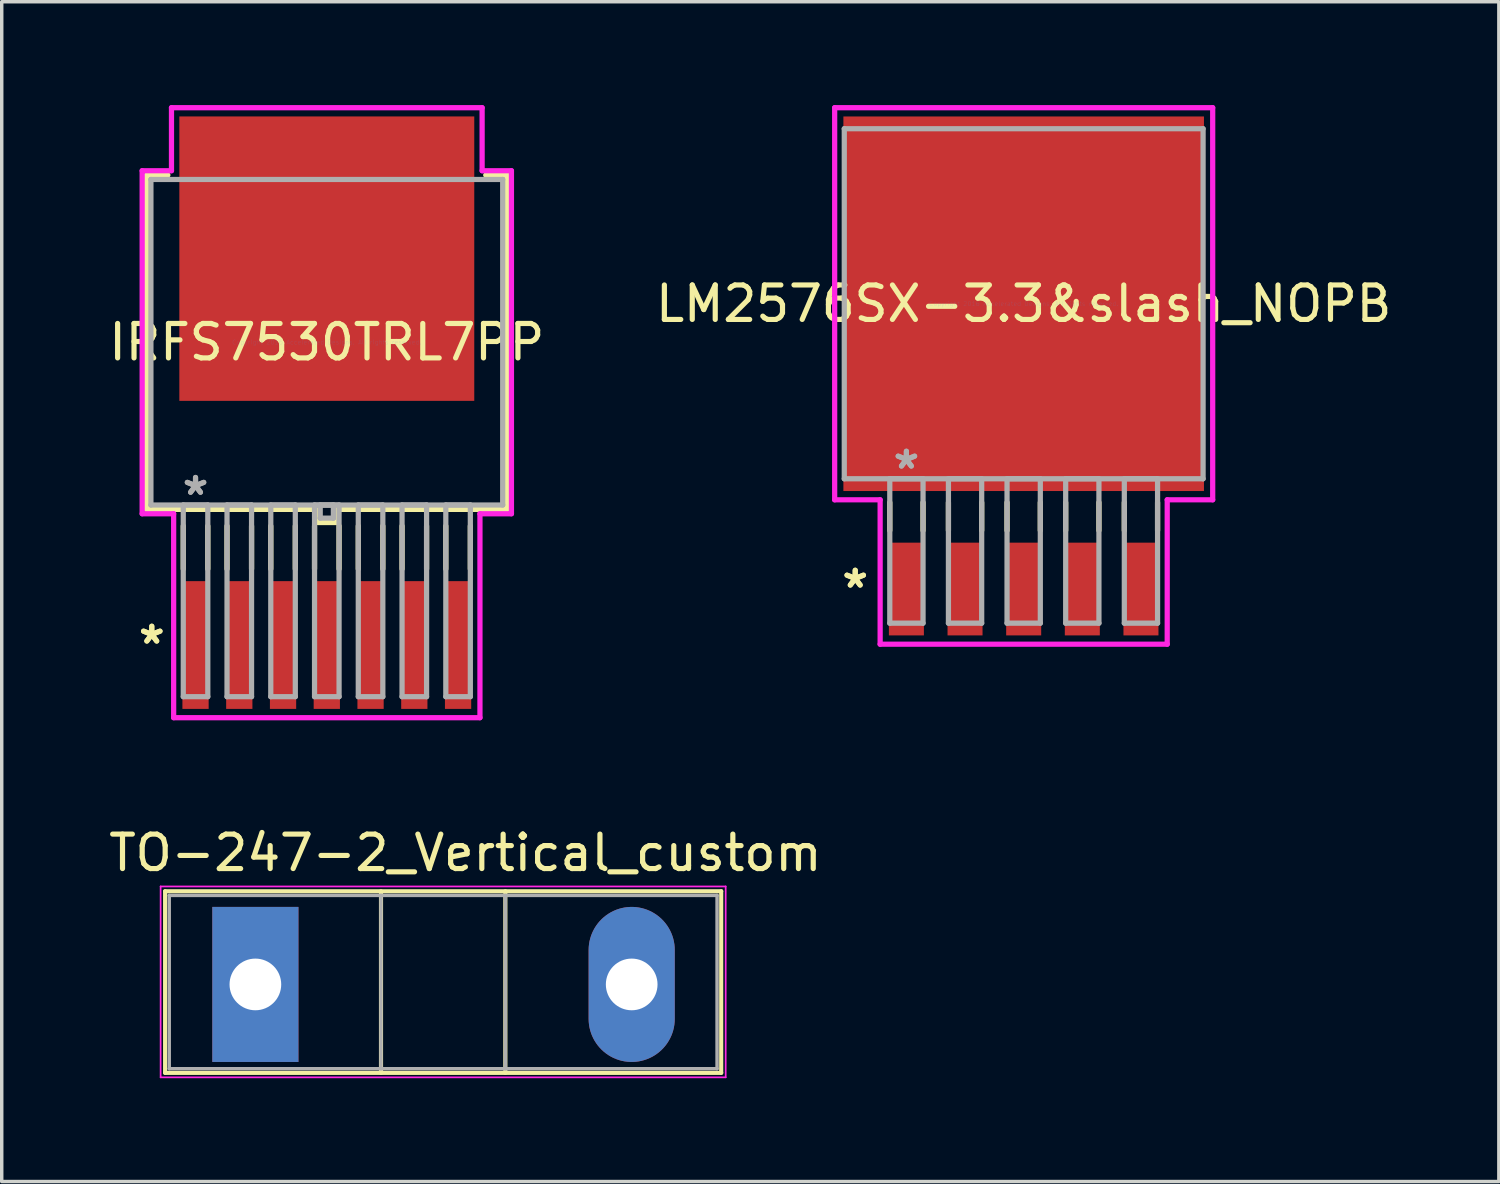
<source format=kicad_pcb>
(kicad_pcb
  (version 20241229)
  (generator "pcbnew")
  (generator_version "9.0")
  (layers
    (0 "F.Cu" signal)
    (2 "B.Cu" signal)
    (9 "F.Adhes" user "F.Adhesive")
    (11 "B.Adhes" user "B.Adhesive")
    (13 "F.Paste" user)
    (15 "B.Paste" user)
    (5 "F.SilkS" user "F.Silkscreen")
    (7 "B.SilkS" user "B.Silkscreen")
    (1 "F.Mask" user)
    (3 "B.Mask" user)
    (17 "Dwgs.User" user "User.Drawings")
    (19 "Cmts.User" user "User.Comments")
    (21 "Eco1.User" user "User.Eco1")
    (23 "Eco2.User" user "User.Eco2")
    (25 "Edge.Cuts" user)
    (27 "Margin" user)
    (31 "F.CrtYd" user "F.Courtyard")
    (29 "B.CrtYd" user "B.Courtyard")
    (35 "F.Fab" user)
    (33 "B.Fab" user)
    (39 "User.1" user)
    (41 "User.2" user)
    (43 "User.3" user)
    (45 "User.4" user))
  (footprint "IRFS7530TRL7PP"
    (layer "F.Cu")
    (at 6.435 6.883)
    (property "Reference" "IRFS7530TRL7PP" (at 0 0 0) (layer "F.SilkS") (effects (font (size 1 1) (thickness 0.15))))
    (attr through_hole)
    (fp_line (start -5.232 -4.851) (end -5.232 4.851) (stroke (width 0.152) (type solid)) (layer "F.SilkS"))
    (fp_line (start -5.232 4.851) (end -0.318 4.851) (stroke (width 0.152) (type solid)) (layer "F.SilkS"))
    (fp_line (start -4.613 -4.851) (end -5.232 -4.851) (stroke (width 0.152) (type solid)) (layer "F.SilkS"))
    (fp_line (start -4.166 5.334) (end -4.166 6.579) (stroke (width 0.152) (type solid)) (layer "F.SilkS"))
    (fp_line (start -3.454 5.334) (end -3.454 6.579) (stroke (width 0.152) (type solid)) (layer "F.SilkS"))
    (fp_line (start -2.896 5.334) (end -2.896 6.579) (stroke (width 0.152) (type solid)) (layer "F.SilkS"))
    (fp_line (start -2.184 5.334) (end -2.184 6.579) (stroke (width 0.152) (type solid)) (layer "F.SilkS"))
    (fp_line (start -1.626 5.334) (end -1.626 6.579) (stroke (width 0.152) (type solid)) (layer "F.SilkS"))
    (fp_line (start -0.914 5.334) (end -0.914 6.579) (stroke (width 0.152) (type solid)) (layer "F.SilkS"))
    (fp_line (start -0.356 5.334) (end -0.356 6.579) (stroke (width 0.152) (type solid)) (layer "F.SilkS"))
    (fp_line (start -0.318 4.851) (end -0.318 5.232) (stroke (width 0.152) (type solid)) (layer "F.SilkS"))
    (fp_line (start -0.318 5.232) (end 0.318 5.232) (stroke (width 0.152) (type solid)) (layer "F.SilkS"))
    (fp_line (start 0.318 4.851) (end 5.232 4.851) (stroke (width 0.152) (type solid)) (layer "F.SilkS"))
    (fp_line (start 0.318 5.232) (end 0.318 4.851) (stroke (width 0.152) (type solid)) (layer "F.SilkS"))
    (fp_line (start 0.356 5.334) (end 0.356 6.579) (stroke (width 0.152) (type solid)) (layer "F.SilkS"))
    (fp_line (start 0.914 5.334) (end 0.914 6.579) (stroke (width 0.152) (type solid)) (layer "F.SilkS"))
    (fp_line (start 1.626 5.334) (end 1.626 6.579) (stroke (width 0.152) (type solid)) (layer "F.SilkS"))
    (fp_line (start 2.184 5.334) (end 2.184 6.579) (stroke (width 0.152) (type solid)) (layer "F.SilkS"))
    (fp_line (start 2.896 5.334) (end 2.896 6.579) (stroke (width 0.152) (type solid)) (layer "F.SilkS"))
    (fp_line (start 3.454 5.334) (end 3.454 6.579) (stroke (width 0.152) (type solid)) (layer "F.SilkS"))
    (fp_line (start 4.166 5.334) (end 4.166 6.579) (stroke (width 0.152) (type solid)) (layer "F.SilkS"))
    (fp_line (start 5.232 -4.851) (end 4.613 -4.851) (stroke (width 0.152) (type solid)) (layer "F.SilkS"))
    (fp_line (start 5.232 4.851) (end 5.232 -4.851) (stroke (width 0.152) (type solid)) (layer "F.SilkS"))
    (fp_line (start -5.359 -4.978) (end -4.508 -4.978) (stroke (width 0.152) (type solid)) (layer "F.CrtYd"))
    (fp_line (start -5.359 4.978) (end -5.359 -4.978) (stroke (width 0.152) (type solid)) (layer "F.CrtYd"))
    (fp_line (start -4.508 -6.807) (end 4.508 -6.807) (stroke (width 0.152) (type solid)) (layer "F.CrtYd"))
    (fp_line (start -4.508 -4.978) (end -4.508 -6.807) (stroke (width 0.152) (type solid)) (layer "F.CrtYd"))
    (fp_line (start -4.445 4.978) (end -5.359 4.978) (stroke (width 0.152) (type solid)) (layer "F.CrtYd"))
    (fp_line (start -4.445 10.897) (end -4.445 4.978) (stroke (width 0.152) (type solid)) (layer "F.CrtYd"))
    (fp_line (start 4.445 4.978) (end 4.445 10.897) (stroke (width 0.152) (type solid)) (layer "F.CrtYd"))
    (fp_line (start 4.445 10.897) (end -4.445 10.897) (stroke (width 0.152) (type solid)) (layer "F.CrtYd"))
    (fp_line (start 4.508 -6.807) (end 4.508 -4.978) (stroke (width 0.152) (type solid)) (layer "F.CrtYd"))
    (fp_line (start 4.508 -4.978) (end 5.359 -4.978) (stroke (width 0.152) (type solid)) (layer "F.CrtYd"))
    (fp_line (start 5.359 -4.978) (end 5.359 4.978) (stroke (width 0.152) (type solid)) (layer "F.CrtYd"))
    (fp_line (start 5.359 4.978) (end 4.445 4.978) (stroke (width 0.152) (type solid)) (layer "F.CrtYd"))
    (fp_line (start -5.105 -4.724) (end -5.105 4.724) (stroke (width 0.152) (type solid)) (layer "F.Fab"))
    (fp_line (start -5.105 4.724) (end 5.105 4.724) (stroke (width 0.152) (type solid)) (layer "F.Fab"))
    (fp_line (start -4.166 4.724) (end -4.166 10.287) (stroke (width 0.152) (type solid)) (layer "F.Fab"))
    (fp_line (start -4.166 10.287) (end -3.454 10.287) (stroke (width 0.152) (type solid)) (layer "F.Fab"))
    (fp_line (start -3.454 4.724) (end -4.166 4.724) (stroke (width 0.152) (type solid)) (layer "F.Fab"))
    (fp_line (start -3.454 10.287) (end -3.454 4.724) (stroke (width 0.152) (type solid)) (layer "F.Fab"))
    (fp_line (start -2.896 4.724) (end -2.896 10.287) (stroke (width 0.152) (type solid)) (layer "F.Fab"))
    (fp_line (start -2.896 10.287) (end -2.184 10.287) (stroke (width 0.152) (type solid)) (layer "F.Fab"))
    (fp_line (start -2.184 4.724) (end -2.896 4.724) (stroke (width 0.152) (type solid)) (layer "F.Fab"))
    (fp_line (start -2.184 10.287) (end -2.184 4.724) (stroke (width 0.152) (type solid)) (layer "F.Fab"))
    (fp_line (start -1.626 4.724) (end -1.626 10.287) (stroke (width 0.152) (type solid)) (layer "F.Fab"))
    (fp_line (start -1.626 10.287) (end -0.914 10.287) (stroke (width 0.152) (type solid)) (layer "F.Fab"))
    (fp_line (start -0.914 4.724) (end -1.626 4.724) (stroke (width 0.152) (type solid)) (layer "F.Fab"))
    (fp_line (start -0.914 10.287) (end -0.914 4.724) (stroke (width 0.152) (type solid)) (layer "F.Fab"))
    (fp_line (start -0.356 4.724) (end -0.356 10.287) (stroke (width 0.152) (type solid)) (layer "F.Fab"))
    (fp_line (start -0.356 10.287) (end 0.356 10.287) (stroke (width 0.152) (type solid)) (layer "F.Fab"))
    (fp_line (start -0.191 4.724) (end -0.191 5.105) (stroke (width 0.152) (type solid)) (layer "F.Fab"))
    (fp_line (start -0.191 5.105) (end 0.191 5.105) (stroke (width 0.152) (type solid)) (layer "F.Fab"))
    (fp_line (start 0.191 4.724) (end -0.191 4.724) (stroke (width 0.152) (type solid)) (layer "F.Fab"))
    (fp_line (start 0.191 5.105) (end 0.191 4.724) (stroke (width 0.152) (type solid)) (layer "F.Fab"))
    (fp_line (start 0.356 4.724) (end -0.356 4.724) (stroke (width 0.152) (type solid)) (layer "F.Fab"))
    (fp_line (start 0.356 10.287) (end 0.356 4.724) (stroke (width 0.152) (type solid)) (layer "F.Fab"))
    (fp_line (start 0.914 4.724) (end 0.914 10.287) (stroke (width 0.152) (type solid)) (layer "F.Fab"))
    (fp_line (start 0.914 10.287) (end 1.626 10.287) (stroke (width 0.152) (type solid)) (layer "F.Fab"))
    (fp_line (start 1.626 4.724) (end 0.914 4.724) (stroke (width 0.152) (type solid)) (layer "F.Fab"))
    (fp_line (start 1.626 10.287) (end 1.626 4.724) (stroke (width 0.152) (type solid)) (layer "F.Fab"))
    (fp_line (start 2.184 4.724) (end 2.184 10.287) (stroke (width 0.152) (type solid)) (layer "F.Fab"))
    (fp_line (start 2.184 10.287) (end 2.896 10.287) (stroke (width 0.152) (type solid)) (layer "F.Fab"))
    (fp_line (start 2.896 4.724) (end 2.184 4.724) (stroke (width 0.152) (type solid)) (layer "F.Fab"))
    (fp_line (start 2.896 10.287) (end 2.896 4.724) (stroke (width 0.152) (type solid)) (layer "F.Fab"))
    (fp_line (start 3.454 4.724) (end 3.454 10.287) (stroke (width 0.152) (type solid)) (layer "F.Fab"))
    (fp_line (start 3.454 10.287) (end 4.166 10.287) (stroke (width 0.152) (type solid)) (layer "F.Fab"))
    (fp_line (start 4.166 4.724) (end 3.454 4.724) (stroke (width 0.152) (type solid)) (layer "F.Fab"))
    (fp_line (start 4.166 10.287) (end 4.166 4.724) (stroke (width 0.152) (type solid)) (layer "F.Fab"))
    (fp_line (start 5.105 -4.724) (end -5.105 -4.724) (stroke (width 0.152) (type solid)) (layer "F.Fab"))
    (fp_line (start 5.105 4.724) (end 5.105 -4.724) (stroke (width 0.152) (type solid)) (layer "F.Fab"))
    (fp_text user "*" (at -5.08 8.788 0) (layer "F.SilkS") (effects (font (size 1 1) (thickness 0.15))))
    (fp_text user "*" (at -5.08 8.788 0) (layer "F.SilkS") (effects (font (size 1 1) (thickness 0.15))))
    (fp_text user "Copyright 2016 Accelerated Designs. All rights reserved." (at 0 0 0) (layer "Cmts.User") (effects (font (size 0.127 0.127) (thickness 0.002))))
    (fp_text user "*" (at -3.81 4.47 0) (layer "F.Fab") (effects (font (size 1 1) (thickness 0.15))))
    (fp_text user "*" (at -3.81 4.47 0) (layer "F.Fab") (effects (font (size 1 1) (thickness 0.15))))
    (pad "1" smd rect (at -3.81 8.788) (size 0.762 3.708) (layers "F.Cu" "F.Mask" "F.Paste"))
    (pad "2" smd rect (at -2.54 8.788) (size 0.762 3.708) (layers "F.Cu" "F.Mask" "F.Paste"))
    (pad "3" smd rect (at -1.27 8.788) (size 0.762 3.708) (layers "F.Cu" "F.Mask" "F.Paste"))
    (pad "4" smd rect (at 0 8.788) (size 0.762 3.708) (layers "F.Cu" "F.Mask" "F.Paste"))
    (pad "5" smd rect (at 1.27 8.788) (size 0.762 3.708) (layers "F.Cu" "F.Mask" "F.Paste"))
    (pad "6" smd rect (at 2.54 8.788) (size 0.762 3.708) (layers "F.Cu" "F.Mask" "F.Paste"))
    (pad "7" smd rect (at 3.81 8.788) (size 0.762 3.708) (layers "F.Cu" "F.Mask" "F.Paste"))
    (pad "8" smd rect (at 0 -2.426) (size 8.56 8.255) (layers "F.Cu" "F.Mask" "F.Paste")))
  (footprint "LM2576SX-3.3&slash_NOPB"
    (layer "F.Cu")
    (at 26.661 5.766)
    (property "Reference" "LM2576SX-3.3&slash_NOPB" (at 0 0 0) (layer "F.SilkS") (effects (font (size 1 1) (thickness 0.15))))
    (attr through_hole)
    (fp_line (start -3.886 5.768) (end -3.886 6.579) (stroke (width 0.152) (type solid)) (layer "F.SilkS"))
    (fp_line (start -2.921 5.768) (end -2.921 6.579) (stroke (width 0.152) (type solid)) (layer "F.SilkS"))
    (fp_line (start -2.184 5.768) (end -2.184 6.579) (stroke (width 0.152) (type solid)) (layer "F.SilkS"))
    (fp_line (start -1.219 5.768) (end -1.219 6.579) (stroke (width 0.152) (type solid)) (layer "F.SilkS"))
    (fp_line (start -0.483 5.768) (end -0.483 6.579) (stroke (width 0.152) (type solid)) (layer "F.SilkS"))
    (fp_line (start 0.483 5.768) (end 0.483 6.579) (stroke (width 0.152) (type solid)) (layer "F.SilkS"))
    (fp_line (start 1.219 5.768) (end 1.219 6.579) (stroke (width 0.152) (type solid)) (layer "F.SilkS"))
    (fp_line (start 2.184 5.768) (end 2.184 6.579) (stroke (width 0.152) (type solid)) (layer "F.SilkS"))
    (fp_line (start 2.921 5.768) (end 2.921 6.579) (stroke (width 0.152) (type solid)) (layer "F.SilkS"))
    (fp_line (start 3.886 5.768) (end 3.886 6.579) (stroke (width 0.152) (type solid)) (layer "F.SilkS"))
    (fp_line (start -5.486 -5.69) (end 5.486 -5.69) (stroke (width 0.152) (type solid)) (layer "F.CrtYd"))
    (fp_line (start -5.486 5.69) (end -5.486 -5.69) (stroke (width 0.152) (type solid)) (layer "F.CrtYd"))
    (fp_line (start -4.166 5.69) (end -5.486 5.69) (stroke (width 0.152) (type solid)) (layer "F.CrtYd"))
    (fp_line (start -4.166 9.881) (end -4.166 5.69) (stroke (width 0.152) (type solid)) (layer "F.CrtYd"))
    (fp_line (start 4.166 5.69) (end 4.166 9.881) (stroke (width 0.152) (type solid)) (layer "F.CrtYd"))
    (fp_line (start 4.166 9.881) (end -4.166 9.881) (stroke (width 0.152) (type solid)) (layer "F.CrtYd"))
    (fp_line (start 5.486 -5.69) (end 5.486 5.69) (stroke (width 0.152) (type solid)) (layer "F.CrtYd"))
    (fp_line (start 5.486 5.69) (end 4.166 5.69) (stroke (width 0.152) (type solid)) (layer "F.CrtYd"))
    (fp_line (start -5.207 -5.08) (end -5.207 5.08) (stroke (width 0.152) (type solid)) (layer "F.Fab"))
    (fp_line (start -5.207 5.08) (end 5.207 5.08) (stroke (width 0.152) (type solid)) (layer "F.Fab"))
    (fp_line (start -3.886 5.08) (end -3.886 9.271) (stroke (width 0.152) (type solid)) (layer "F.Fab"))
    (fp_line (start -3.886 9.271) (end -2.921 9.271) (stroke (width 0.152) (type solid)) (layer "F.Fab"))
    (fp_line (start -2.921 5.08) (end -3.886 5.08) (stroke (width 0.152) (type solid)) (layer "F.Fab"))
    (fp_line (start -2.921 9.271) (end -2.921 5.08) (stroke (width 0.152) (type solid)) (layer "F.Fab"))
    (fp_line (start -2.184 5.08) (end -2.184 9.271) (stroke (width 0.152) (type solid)) (layer "F.Fab"))
    (fp_line (start -2.184 9.271) (end -1.219 9.271) (stroke (width 0.152) (type solid)) (layer "F.Fab"))
    (fp_line (start -1.219 5.08) (end -2.184 5.08) (stroke (width 0.152) (type solid)) (layer "F.Fab"))
    (fp_line (start -1.219 9.271) (end -1.219 5.08) (stroke (width 0.152) (type solid)) (layer "F.Fab"))
    (fp_line (start -0.483 5.08) (end -0.483 9.271) (stroke (width 0.152) (type solid)) (layer "F.Fab"))
    (fp_line (start -0.483 9.271) (end 0.483 9.271) (stroke (width 0.152) (type solid)) (layer "F.Fab"))
    (fp_line (start 0.483 5.08) (end -0.483 5.08) (stroke (width 0.152) (type solid)) (layer "F.Fab"))
    (fp_line (start 0.483 9.271) (end 0.483 5.08) (stroke (width 0.152) (type solid)) (layer "F.Fab"))
    (fp_line (start 1.219 5.08) (end 1.219 9.271) (stroke (width 0.152) (type solid)) (layer "F.Fab"))
    (fp_line (start 1.219 9.271) (end 2.184 9.271) (stroke (width 0.152) (type solid)) (layer "F.Fab"))
    (fp_line (start 2.184 5.08) (end 1.219 5.08) (stroke (width 0.152) (type solid)) (layer "F.Fab"))
    (fp_line (start 2.184 9.271) (end 2.184 5.08) (stroke (width 0.152) (type solid)) (layer "F.Fab"))
    (fp_line (start 2.921 5.08) (end 2.921 9.271) (stroke (width 0.152) (type solid)) (layer "F.Fab"))
    (fp_line (start 2.921 9.271) (end 3.886 9.271) (stroke (width 0.152) (type solid)) (layer "F.Fab"))
    (fp_line (start 3.886 5.08) (end 2.921 5.08) (stroke (width 0.152) (type solid)) (layer "F.Fab"))
    (fp_line (start 3.886 9.271) (end 3.886 5.08) (stroke (width 0.152) (type solid)) (layer "F.Fab"))
    (fp_line (start 5.207 -5.08) (end -5.207 -5.08) (stroke (width 0.152) (type solid)) (layer "F.Fab"))
    (fp_line (start 5.207 5.08) (end 5.207 -5.08) (stroke (width 0.152) (type solid)) (layer "F.Fab"))
    (fp_text user "*" (at -4.889 8.28 0) (layer "F.SilkS") (effects (font (size 1 1) (thickness 0.15))))
    (fp_text user "*" (at -4.889 8.28 0) (layer "F.SilkS") (effects (font (size 1 1) (thickness 0.15))))
    (fp_text user "Copyright 2016 Accelerated Designs. All rights reserved." (at 0 0 0) (layer "Cmts.User") (effects (font (size 0.127 0.127) (thickness 0.002))))
    (fp_text user "*" (at -3.404 4.826 0) (layer "F.Fab") (effects (font (size 1 1) (thickness 0.15))))
    (fp_text user "*" (at -3.404 4.826 0) (layer "F.Fab") (effects (font (size 1 1) (thickness 0.15))))
    (pad "1" smd rect (at -3.404 8.28) (size 1.016 2.692) (layers "F.Cu" "F.Mask" "F.Paste"))
    (pad "2" smd rect (at -1.702 8.28) (size 1.016 2.692) (layers "F.Cu" "F.Mask" "F.Paste"))
    (pad "3" smd rect (at 0 8.28) (size 1.016 2.692) (layers "F.Cu" "F.Mask" "F.Paste"))
    (pad "4" smd rect (at 1.702 8.28) (size 1.016 2.692) (layers "F.Cu" "F.Mask" "F.Paste"))
    (pad "5" smd rect (at 3.404 8.28) (size 1.016 2.692) (layers "F.Cu" "F.Mask" "F.Paste"))
    (pad "6" smd rect (at 0 0) (size 10.465 10.871) (layers "F.Cu" "F.Mask" "F.Paste")))
  (footprint "TO-247-2_Vertical_custom"
    (layer "F.Cu")
    (at 9.95 25.522)
    (property "Reference" "TO-247-2_Vertical_custom" (at 0.508 -3.818 0) (layer "F.SilkS") (effects (font (size 1 1) (thickness 0.15))))
    (attr through_hole)
    (fp_line (start -8.208 -2.705) (end -8.208 2.566) (stroke (width 0.12) (type solid)) (layer "F.SilkS"))
    (fp_line (start -8.208 -2.705) (end 7.932 -2.705) (stroke (width 0.12) (type solid)) (layer "F.SilkS"))
    (fp_line (start -8.208 2.566) (end 7.932 2.566) (stroke (width 0.12) (type solid)) (layer "F.SilkS"))
    (fp_line (start -1.942 -2.705) (end -1.942 2.566) (stroke (width 0.12) (type solid)) (layer "F.SilkS"))
    (fp_line (start 1.667 -2.705) (end 1.667 2.566) (stroke (width 0.12) (type solid)) (layer "F.SilkS"))
    (fp_line (start 7.932 -2.705) (end 7.932 2.566) (stroke (width 0.12) (type solid)) (layer "F.SilkS"))
    (fp_line (start -8.338 -2.844) (end -8.338 2.696) (stroke (width 0.05) (type solid)) (layer "F.CrtYd"))
    (fp_line (start -8.338 2.696) (end 8.062 2.696) (stroke (width 0.05) (type solid)) (layer "F.CrtYd"))
    (fp_line (start 8.062 -2.844) (end -8.338 -2.844) (stroke (width 0.05) (type solid)) (layer "F.CrtYd"))
    (fp_line (start 8.062 2.696) (end 8.062 -2.844) (stroke (width 0.05) (type solid)) (layer "F.CrtYd"))
    (fp_line (start -8.088 -2.584) (end -8.088 2.446) (stroke (width 0.1) (type solid)) (layer "F.Fab"))
    (fp_line (start -8.088 2.446) (end 7.812 2.446) (stroke (width 0.1) (type solid)) (layer "F.Fab"))
    (fp_line (start -1.943 -2.584) (end -1.943 2.446) (stroke (width 0.1) (type solid)) (layer "F.Fab"))
    (fp_line (start 1.667 -2.584) (end 1.667 2.446) (stroke (width 0.1) (type solid)) (layer "F.Fab"))
    (fp_line (start 7.812 -2.584) (end -8.088 -2.584) (stroke (width 0.1) (type solid)) (layer "F.Fab"))
    (fp_line (start 7.812 2.446) (end 7.812 -2.584) (stroke (width 0.1) (type solid)) (layer "F.Fab"))
    (pad "1" thru_hole rect (at -5.588 0) (size 2.5 4.5) (drill 1.5) (layers "*.Cu" "*.Mask"))
    (pad "2" thru_hole oval (at 5.334 0) (size 2.5 4.5) (drill 1.5) (layers "*.Cu" "*.Mask")))
  (gr_rect
    (start -3 -3)
    (end 40.452 31.243)
    (stroke (width 0.1) (type default))
    (fill no)
    (layer "Edge.Cuts")))
</source>
